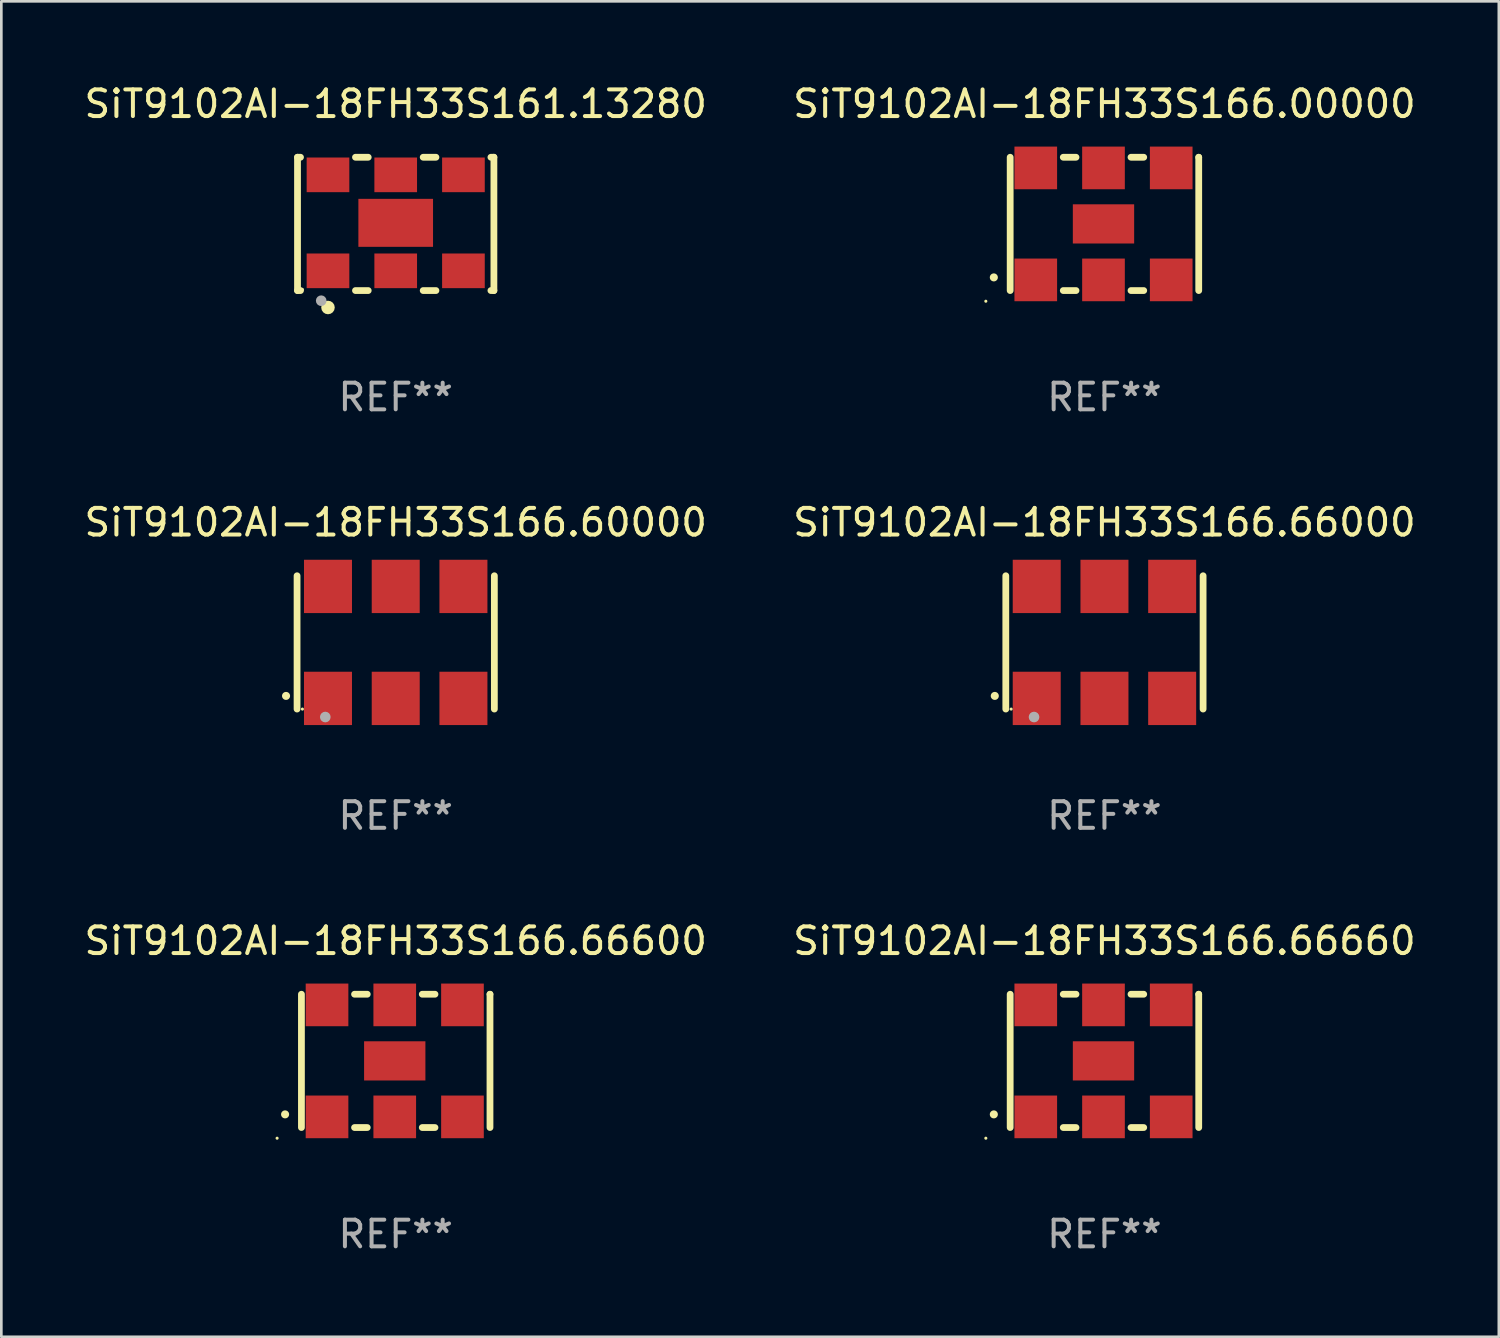
<source format=kicad_pcb>
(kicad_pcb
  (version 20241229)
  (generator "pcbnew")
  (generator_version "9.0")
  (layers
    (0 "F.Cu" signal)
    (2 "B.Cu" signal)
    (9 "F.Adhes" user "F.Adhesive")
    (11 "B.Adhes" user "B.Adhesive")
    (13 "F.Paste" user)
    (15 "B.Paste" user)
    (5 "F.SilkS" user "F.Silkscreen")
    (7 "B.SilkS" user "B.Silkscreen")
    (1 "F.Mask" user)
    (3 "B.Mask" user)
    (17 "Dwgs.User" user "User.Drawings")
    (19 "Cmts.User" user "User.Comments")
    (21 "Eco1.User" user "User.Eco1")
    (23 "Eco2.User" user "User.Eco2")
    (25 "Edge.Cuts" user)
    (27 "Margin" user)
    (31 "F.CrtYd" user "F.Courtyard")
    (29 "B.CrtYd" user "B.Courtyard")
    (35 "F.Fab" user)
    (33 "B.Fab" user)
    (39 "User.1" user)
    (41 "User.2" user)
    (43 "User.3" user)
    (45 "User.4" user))
  (footprint "SiT9102AI-18FH33S161.13280"
    (layer "F.Cu")
    (at 11.792 5.348)
    (property "Reference" "SiT9102AI-18FH33S161.13280" (at 0 -4.5 0) (layer "F.SilkS") (effects (font (size 1 1) (thickness 0.15))))
    (attr through_hole)
    (fp_line (start -3.683 -2.5) (end -3.571 -2.5) (stroke (width 0.254) (type solid)) (layer "F.SilkS"))
    (fp_line (start -3.683 2.5) (end -3.683 -2.5) (stroke (width 0.254) (type solid)) (layer "F.SilkS"))
    (fp_line (start -3.683 2.5) (end -3.571 2.5) (stroke (width 0.254) (type solid)) (layer "F.SilkS"))
    (fp_line (start -1.509 -2.5) (end -1.031 -2.5) (stroke (width 0.254) (type solid)) (layer "F.SilkS"))
    (fp_line (start -1.509 2.5) (end -1.031 2.5) (stroke (width 0.254) (type solid)) (layer "F.SilkS"))
    (fp_line (start 1.031 -2.5) (end 1.509 -2.5) (stroke (width 0.254) (type solid)) (layer "F.SilkS"))
    (fp_line (start 1.031 2.5) (end 1.509 2.5) (stroke (width 0.254) (type solid)) (layer "F.SilkS"))
    (fp_line (start 3.571 -2.5) (end 3.683 -2.5) (stroke (width 0.254) (type solid)) (layer "F.SilkS"))
    (fp_line (start 3.571 2.5) (end 3.683 2.5) (stroke (width 0.254) (type solid)) (layer "F.SilkS"))
    (fp_line (start 3.683 2.5) (end 3.683 -2.5) (stroke (width 0.254) (type solid)) (layer "F.SilkS"))
    (fp_circle (center -3.5 2.46) (end -3.47 2.46) (stroke (width 0.06) (type solid)) (fill no) (layer "F.SilkS"))
    (fp_circle (center -2.54 3.135) (end -2.413 3.135) (stroke (width 0.254) (type solid)) (fill no) (layer "F.SilkS"))
    (fp_circle (center -2.794 2.881) (end -2.694 2.881) (stroke (width 0.2) (type solid)) (fill no) (layer "F.Fab"))
    (fp_text user "REF**" (at 0 6.5 0) (layer "F.Fab") (effects (font (size 1 1) (thickness 0.15))))
    (pad "1" smd rect (at -2.54 1.76) (size 1.6 1.3) (layers "F.Cu" "F.Mask" "F.Paste"))
    (pad "2" smd rect (at 0 1.76) (size 1.6 1.3) (layers "F.Cu" "F.Mask" "F.Paste"))
    (pad "3" smd rect (at 2.54 1.76) (size 1.6 1.3) (layers "F.Cu" "F.Mask" "F.Paste"))
    (pad "4" smd rect (at 2.54 -1.84) (size 1.6 1.3) (layers "F.Cu" "F.Mask" "F.Paste"))
    (pad "5" smd rect (at 0 -1.84) (size 1.6 1.3) (layers "F.Cu" "F.Mask" "F.Paste"))
    (pad "6" smd rect (at -2.54 -1.84) (size 1.6 1.3) (layers "F.Cu" "F.Mask" "F.Paste"))
    (pad "7" smd rect (at 0 -0.04) (size 2.8 1.8) (layers "F.Cu" "F.Mask" "F.Paste")))
  (footprint "SiT9102AI-18FH33S166.66600"
    (layer "F.Cu")
    (at 11.792 36.741)
    (property "Reference" "SiT9102AI-18FH33S166.66600" (at 0 -4.5 0) (layer "F.SilkS") (effects (font (size 1 1) (thickness 0.15))))
    (attr through_hole)
    (fp_line (start -3.536 -2.5) (end -3.536 2.5) (stroke (width 0.254) (type solid)) (layer "F.SilkS"))
    (fp_line (start -1.544 2.5) (end -1.067 2.5) (stroke (width 0.254) (type solid)) (layer "F.SilkS"))
    (fp_line (start -1.067 -2.5) (end -1.544 -2.5) (stroke (width 0.254) (type solid)) (layer "F.SilkS"))
    (fp_line (start 0.996 2.5) (end 1.473 2.5) (stroke (width 0.254) (type solid)) (layer "F.SilkS"))
    (fp_line (start 1.473 -2.5) (end 0.996 -2.5) (stroke (width 0.254) (type solid)) (layer "F.SilkS"))
    (fp_line (start 3.536 -2.5) (end 3.536 -2.5) (stroke (width 0.254) (type solid)) (layer "F.SilkS"))
    (fp_line (start 3.536 2.5) (end 3.536 -2.5) (stroke (width 0.254) (type solid)) (layer "F.SilkS"))
    (fp_arc (start -4.150432 2.006604) (mid -4.149162 2.006599) (end -4.147892 2.006604) (stroke (width 0.3) (type solid)) (layer "F.SilkS"))
    (fp_circle (center -4.449 2.9) (end -4.419 2.9) (stroke (width 0.06) (type solid)) (fill no) (layer "F.SilkS"))
    (fp_text user "REF**" (at 0 6.5 0) (layer "F.Fab") (effects (font (size 1 1) (thickness 0.15))))
    (pad "1" smd rect (at -2.576 2.1) (size 1.6 1.6) (layers "F.Cu" "F.Mask" "F.Paste"))
    (pad "2" smd rect (at -0.036 2.1) (size 1.6 1.6) (layers "F.Cu" "F.Mask" "F.Paste"))
    (pad "3" smd rect (at 2.504 2.1) (size 1.6 1.6) (layers "F.Cu" "F.Mask" "F.Paste"))
    (pad "4" smd rect (at 2.504 -2.1) (size 1.6 1.6) (layers "F.Cu" "F.Mask" "F.Paste"))
    (pad "5" smd rect (at -0.036 -2.1) (size 1.6 1.6) (layers "F.Cu" "F.Mask" "F.Paste"))
    (pad "6" smd rect (at -2.576 -2.1) (size 1.6 1.6) (layers "F.Cu" "F.Mask" "F.Paste"))
    (pad "7" smd rect (at -0.036 0) (size 2.3 1.47) (layers "F.Cu" "F.Mask" "F.Paste")))
  (footprint "SiT9102AI-18FH33S166.66000"
    (layer "F.Cu")
    (at 38.375 21.045)
    (property "Reference" "SiT9102AI-18FH33S166.66000" (at 0 -4.5 0) (layer "F.SilkS") (effects (font (size 1 1) (thickness 0.15))))
    (attr through_hole)
    (fp_line (start -3.7 -2.5) (end -3.7 2.5) (stroke (width 0.254) (type solid)) (layer "F.SilkS"))
    (fp_line (start 3.7 -2.5) (end 3.7 2.5) (stroke (width 0.254) (type solid)) (layer "F.SilkS"))
    (fp_arc (start -4.114415 2.006604) (mid -4.113145 2.006599) (end -4.111875 2.006604) (stroke (width 0.3) (type solid)) (layer "F.SilkS"))
    (fp_circle (center -3.5 2.501) (end -3.47 2.501) (stroke (width 0.06) (type solid)) (fill no) (layer "F.SilkS"))
    (fp_circle (center -2.641 2.799) (end -2.541 2.799) (stroke (width 0.2) (type solid)) (fill no) (layer "F.Fab"))
    (fp_text user "REF**" (at 0 6.5 0) (layer "F.Fab") (effects (font (size 1 1) (thickness 0.15))))
    (pad "1" smd rect (at -2.54 2.1) (size 1.8 2) (layers "F.Cu" "F.Mask" "F.Paste"))
    (pad "2" smd rect (at 0.000394 2.1) (size 1.8 2) (layers "F.Cu" "F.Mask" "F.Paste"))
    (pad "3" smd rect (at 2.54 2.1) (size 1.8 2) (layers "F.Cu" "F.Mask" "F.Paste"))
    (pad "4" smd rect (at 2.54 -2.1) (size 1.8 2) (layers "F.Cu" "F.Mask" "F.Paste"))
    (pad "5" smd rect (at 0.000394 -2.1) (size 1.8 2) (layers "F.Cu" "F.Mask" "F.Paste"))
    (pad "6" smd rect (at -2.54 -2.1) (size 1.8 2) (layers "F.Cu" "F.Mask" "F.Paste")))
  (footprint "SiT9102AI-18FH33S166.00000"
    (layer "F.Cu")
    (at 38.375 5.348)
    (property "Reference" "SiT9102AI-18FH33S166.00000" (at 0 -4.5 0) (layer "F.SilkS") (effects (font (size 1 1) (thickness 0.15))))
    (attr through_hole)
    (fp_line (start -3.536 -2.5) (end -3.536 2.5) (stroke (width 0.254) (type solid)) (layer "F.SilkS"))
    (fp_line (start -1.544 2.5) (end -1.067 2.5) (stroke (width 0.254) (type solid)) (layer "F.SilkS"))
    (fp_line (start -1.067 -2.5) (end -1.544 -2.5) (stroke (width 0.254) (type solid)) (layer "F.SilkS"))
    (fp_line (start 0.996 2.5) (end 1.473 2.5) (stroke (width 0.254) (type solid)) (layer "F.SilkS"))
    (fp_line (start 1.473 -2.5) (end 0.996 -2.5) (stroke (width 0.254) (type solid)) (layer "F.SilkS"))
    (fp_line (start 3.536 -2.5) (end 3.536 -2.5) (stroke (width 0.254) (type solid)) (layer "F.SilkS"))
    (fp_line (start 3.536 2.5) (end 3.536 -2.5) (stroke (width 0.254) (type solid)) (layer "F.SilkS"))
    (fp_arc (start -4.150432 2.006604) (mid -4.149162 2.006599) (end -4.147892 2.006604) (stroke (width 0.3) (type solid)) (layer "F.SilkS"))
    (fp_circle (center -4.449 2.9) (end -4.419 2.9) (stroke (width 0.06) (type solid)) (fill no) (layer "F.SilkS"))
    (fp_text user "REF**" (at 0 6.5 0) (layer "F.Fab") (effects (font (size 1 1) (thickness 0.15))))
    (pad "1" smd rect (at -2.576 2.1) (size 1.6 1.6) (layers "F.Cu" "F.Mask" "F.Paste"))
    (pad "2" smd rect (at -0.036 2.1) (size 1.6 1.6) (layers "F.Cu" "F.Mask" "F.Paste"))
    (pad "3" smd rect (at 2.504 2.1) (size 1.6 1.6) (layers "F.Cu" "F.Mask" "F.Paste"))
    (pad "4" smd rect (at 2.504 -2.1) (size 1.6 1.6) (layers "F.Cu" "F.Mask" "F.Paste"))
    (pad "5" smd rect (at -0.036 -2.1) (size 1.6 1.6) (layers "F.Cu" "F.Mask" "F.Paste"))
    (pad "6" smd rect (at -2.576 -2.1) (size 1.6 1.6) (layers "F.Cu" "F.Mask" "F.Paste"))
    (pad "7" smd rect (at -0.036 0) (size 2.3 1.47) (layers "F.Cu" "F.Mask" "F.Paste")))
  (footprint "SiT9102AI-18FH33S166.66660"
    (layer "F.Cu")
    (at 38.375 36.741)
    (property "Reference" "SiT9102AI-18FH33S166.66660" (at 0 -4.5 0) (layer "F.SilkS") (effects (font (size 1 1) (thickness 0.15))))
    (attr through_hole)
    (fp_line (start -3.536 -2.5) (end -3.536 2.5) (stroke (width 0.254) (type solid)) (layer "F.SilkS"))
    (fp_line (start -1.544 2.5) (end -1.067 2.5) (stroke (width 0.254) (type solid)) (layer "F.SilkS"))
    (fp_line (start -1.067 -2.5) (end -1.544 -2.5) (stroke (width 0.254) (type solid)) (layer "F.SilkS"))
    (fp_line (start 0.996 2.5) (end 1.473 2.5) (stroke (width 0.254) (type solid)) (layer "F.SilkS"))
    (fp_line (start 1.473 -2.5) (end 0.996 -2.5) (stroke (width 0.254) (type solid)) (layer "F.SilkS"))
    (fp_line (start 3.536 -2.5) (end 3.536 -2.5) (stroke (width 0.254) (type solid)) (layer "F.SilkS"))
    (fp_line (start 3.536 2.5) (end 3.536 -2.5) (stroke (width 0.254) (type solid)) (layer "F.SilkS"))
    (fp_arc (start -4.150432 2.006604) (mid -4.149162 2.006599) (end -4.147892 2.006604) (stroke (width 0.3) (type solid)) (layer "F.SilkS"))
    (fp_circle (center -4.449 2.9) (end -4.419 2.9) (stroke (width 0.06) (type solid)) (fill no) (layer "F.SilkS"))
    (fp_text user "REF**" (at 0 6.5 0) (layer "F.Fab") (effects (font (size 1 1) (thickness 0.15))))
    (pad "1" smd rect (at -2.576 2.1) (size 1.6 1.6) (layers "F.Cu" "F.Mask" "F.Paste"))
    (pad "2" smd rect (at -0.036 2.1) (size 1.6 1.6) (layers "F.Cu" "F.Mask" "F.Paste"))
    (pad "3" smd rect (at 2.504 2.1) (size 1.6 1.6) (layers "F.Cu" "F.Mask" "F.Paste"))
    (pad "4" smd rect (at 2.504 -2.1) (size 1.6 1.6) (layers "F.Cu" "F.Mask" "F.Paste"))
    (pad "5" smd rect (at -0.036 -2.1) (size 1.6 1.6) (layers "F.Cu" "F.Mask" "F.Paste"))
    (pad "6" smd rect (at -2.576 -2.1) (size 1.6 1.6) (layers "F.Cu" "F.Mask" "F.Paste"))
    (pad "7" smd rect (at -0.036 0) (size 2.3 1.47) (layers "F.Cu" "F.Mask" "F.Paste")))
  (footprint "SiT9102AI-18FH33S166.60000"
    (layer "F.Cu")
    (at 11.792 21.045)
    (property "Reference" "SiT9102AI-18FH33S166.60000" (at 0 -4.5 0) (layer "F.SilkS") (effects (font (size 1 1) (thickness 0.15))))
    (attr through_hole)
    (fp_line (start -3.7 -2.5) (end -3.7 2.5) (stroke (width 0.254) (type solid)) (layer "F.SilkS"))
    (fp_line (start 3.7 -2.5) (end 3.7 2.5) (stroke (width 0.254) (type solid)) (layer "F.SilkS"))
    (fp_arc (start -4.114415 2.006604) (mid -4.113145 2.006599) (end -4.111875 2.006604) (stroke (width 0.3) (type solid)) (layer "F.SilkS"))
    (fp_circle (center -3.5 2.501) (end -3.47 2.501) (stroke (width 0.06) (type solid)) (fill no) (layer "F.SilkS"))
    (fp_circle (center -2.641 2.799) (end -2.541 2.799) (stroke (width 0.2) (type solid)) (fill no) (layer "F.Fab"))
    (fp_text user "REF**" (at 0 6.5 0) (layer "F.Fab") (effects (font (size 1 1) (thickness 0.15))))
    (pad "1" smd rect (at -2.54 2.1) (size 1.8 2) (layers "F.Cu" "F.Mask" "F.Paste"))
    (pad "2" smd rect (at 0.000394 2.1) (size 1.8 2) (layers "F.Cu" "F.Mask" "F.Paste"))
    (pad "3" smd rect (at 2.54 2.1) (size 1.8 2) (layers "F.Cu" "F.Mask" "F.Paste"))
    (pad "4" smd rect (at 2.54 -2.1) (size 1.8 2) (layers "F.Cu" "F.Mask" "F.Paste"))
    (pad "5" smd rect (at 0.000394 -2.1) (size 1.8 2) (layers "F.Cu" "F.Mask" "F.Paste"))
    (pad "6" smd rect (at -2.54 -2.1) (size 1.8 2) (layers "F.Cu" "F.Mask" "F.Paste")))
  (gr_rect
    (start -3 -3)
    (end 53.167 47.09)
    (stroke (width 0.1) (type default))
    (fill no)
    (layer "Edge.Cuts")))
</source>
